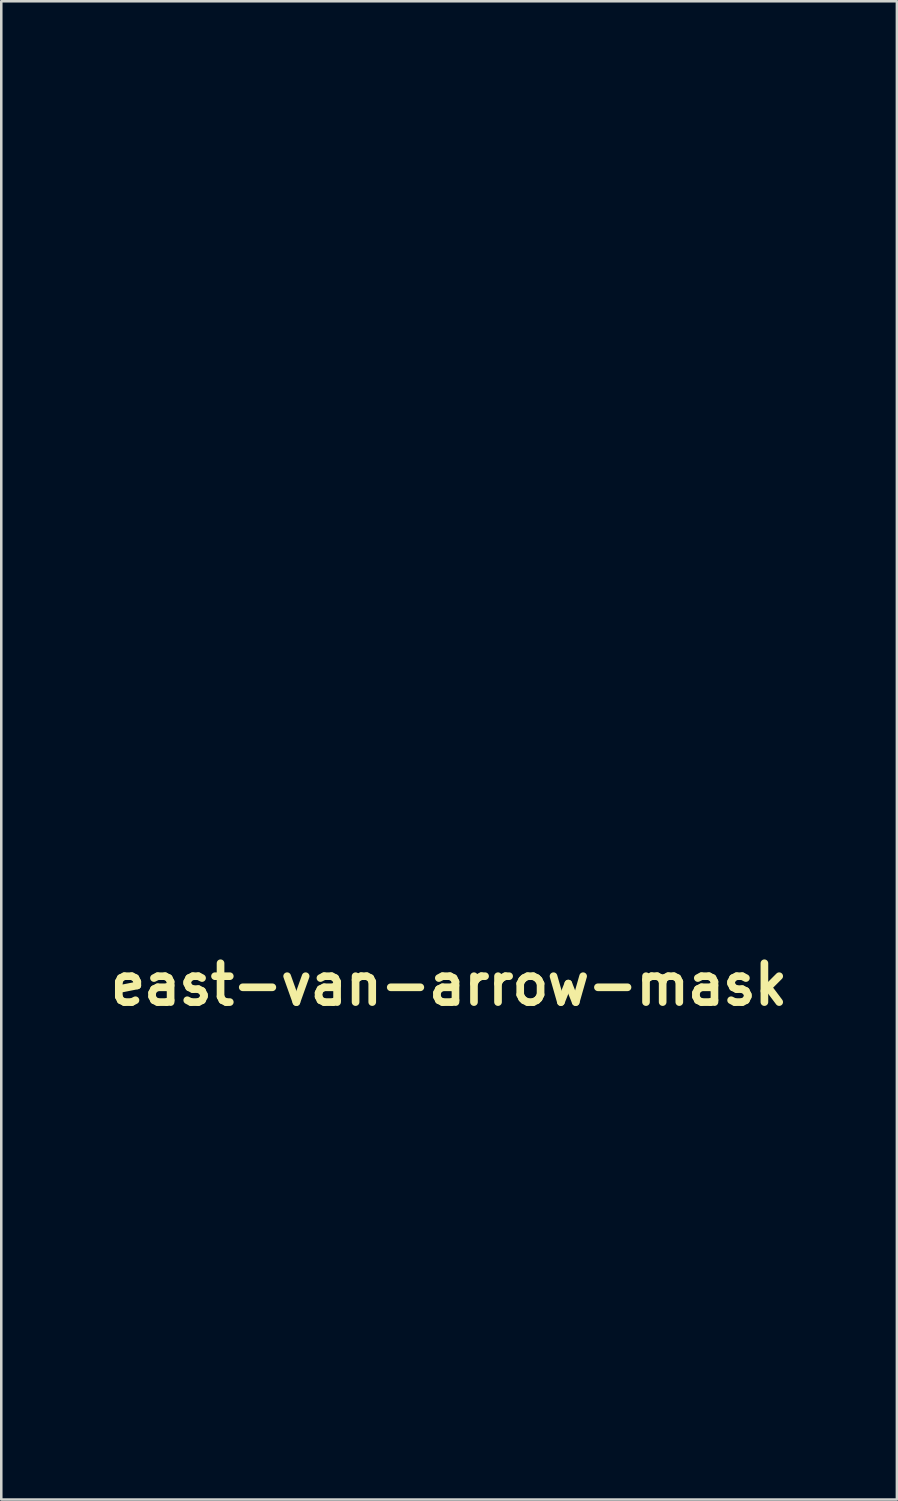
<source format=kicad_pcb>
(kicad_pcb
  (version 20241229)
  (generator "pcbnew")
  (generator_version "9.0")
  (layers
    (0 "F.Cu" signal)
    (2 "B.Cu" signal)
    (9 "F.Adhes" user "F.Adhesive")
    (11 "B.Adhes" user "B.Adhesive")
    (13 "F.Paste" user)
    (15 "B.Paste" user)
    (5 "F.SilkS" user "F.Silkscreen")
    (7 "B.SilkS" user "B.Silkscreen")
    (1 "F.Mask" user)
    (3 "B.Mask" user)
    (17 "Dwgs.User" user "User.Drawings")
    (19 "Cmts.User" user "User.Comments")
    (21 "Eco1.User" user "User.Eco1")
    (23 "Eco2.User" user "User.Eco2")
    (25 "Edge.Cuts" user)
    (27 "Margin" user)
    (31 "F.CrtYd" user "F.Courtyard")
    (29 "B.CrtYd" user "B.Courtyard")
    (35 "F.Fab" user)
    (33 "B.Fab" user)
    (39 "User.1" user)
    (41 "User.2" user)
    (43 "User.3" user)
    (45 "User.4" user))
  (footprint "east-van-arrow-mask"
    (layer "F.Cu")
    (at 14.565 35.574)
    (property "Reference" "east-van-arrow-mask" (at 0 0 0) (layer "F.SilkS") (effects (font (size 1.524 1.524) (thickness 0.3))))
    (attr through_hole)
    (fp_poly (pts (xy 2.122 4.97) (xy 2.108 5.231) (xy 2.095 5.454) (xy 2.083 5.622) (xy 2.073 5.716) (xy 2.07 5.73) (xy 2.034 5.748) (xy 1.956 5.761) (xy 1.823 5.771) (xy 1.625 5.778) (xy 1.35 5.782) (xy 1.009 5.785) (xy 0.697 5.787) (xy 0.471 5.79) (xy 0.315 5.797) (xy 0.215 5.809) (xy 0.156 5.829) (xy 0.125 5.858) (xy 0.106 5.898) (xy 0.105 5.901) (xy 0.096 5.969) (xy 0.084 6.129) (xy 0.07 6.371) (xy 0.054 6.686) (xy 0.036 7.065) (xy 0.016 7.5) (xy -0.004 7.982) (xy -0.024 8.502) (xy -0.044 9.051) (xy -0.048 9.157) (xy -0.068 9.726) (xy -0.088 10.28) (xy -0.108 10.808) (xy -0.127 11.3) (xy -0.144 11.745) (xy -0.16 12.132) (xy -0.173 12.451) (xy -0.184 12.693) (xy -0.192 12.845) (xy -0.192 12.85) (xy -0.225 13.399) (xy -0.886 13.424) (xy -1.182 13.431) (xy -1.395 13.428) (xy -1.519 13.416) (xy -1.551 13.399) (xy -1.552 13.304) (xy -1.549 13.111) (xy -1.543 12.824) (xy -1.532 12.446) (xy -1.517 11.977) (xy -1.499 11.422) (xy -1.477 10.782) (xy -1.451 10.061) (xy -1.422 9.261) (xy -1.39 8.383) (xy -1.354 7.432) (xy -1.347 7.24) (xy -1.334 6.888) (xy -1.324 6.57) (xy -1.318 6.299) (xy -1.314 6.088) (xy -1.314 5.951) (xy -1.318 5.901) (xy -1.372 5.894) (xy -1.511 5.887) (xy -1.718 5.881) (xy -1.979 5.876) (xy -2.278 5.872) (xy -2.324 5.871) (xy -3.309 5.863) (xy -3.298 5.141) (xy -3.292 4.882) (xy -3.284 4.661) (xy -3.275 4.496) (xy -3.266 4.405) (xy -3.262 4.393) (xy -3.204 4.383) (xy -3.048 4.372) (xy -2.798 4.36) (xy -2.455 4.346) (xy -2.023 4.332) (xy -1.504 4.316) (xy -0.9 4.299) (xy -0.214 4.282) (xy 0.551 4.264) (xy 0.568 4.263) (xy 2.159 4.227) (xy 2.122 4.97)) (stroke (width 0.01) (type solid)) (fill yes) (layer "F.Mask"))
    (fp_poly (pts (xy -3.5 -17.586) (xy -3.444 -17.576) (xy -3.444 -17.575) (xy -3.462 -17.509) (xy -3.516 -17.353) (xy -3.605 -17.109) (xy -3.727 -16.778) (xy -3.883 -16.364) (xy -4.07 -15.868) (xy -4.241 -15.42) (xy -4.364 -15.097) (xy -4.514 -14.703) (xy -4.682 -14.261) (xy -4.86 -13.792) (xy -5.04 -13.319) (xy -5.212 -12.865) (xy -5.265 -12.725) (xy -5.426 -12.302) (xy -5.59 -11.87) (xy -5.75 -11.449) (xy -5.9 -11.057) (xy -6.032 -10.712) (xy -6.139 -10.434) (xy -6.179 -10.33) (xy -6.307 -9.999) (xy -6.448 -9.633) (xy -6.587 -9.27) (xy -6.71 -8.952) (xy -6.737 -8.883) (xy -6.832 -8.639) (xy -6.919 -8.427) (xy -6.988 -8.265) (xy -7.034 -8.173) (xy -7.043 -8.159) (xy -7.106 -8.14) (xy -7.251 -8.115) (xy -7.464 -8.088) (xy -7.726 -8.06) (xy -8.012 -8.034) (xy -8.338 -8.008) (xy -8.579 -7.991) (xy -8.747 -7.984) (xy -8.855 -7.986) (xy -8.917 -7.997) (xy -8.947 -8.017) (xy -8.954 -8.034) (xy -8.977 -8.109) (xy -9.024 -8.266) (xy -9.092 -8.492) (xy -9.177 -8.774) (xy -9.275 -9.099) (xy -9.383 -9.453) (xy -9.495 -9.824) (xy -9.609 -10.197) (xy -9.719 -10.56) (xy -9.822 -10.9) (xy -9.907 -11.178) (xy -10.016 -11.537) (xy -10.136 -11.939) (xy -10.256 -12.344) (xy -10.364 -12.711) (xy -10.404 -12.85) (xy -10.525 -13.266) (xy -10.658 -13.721) (xy -10.798 -14.195) (xy -10.939 -14.672) (xy -11.077 -15.133) (xy -11.205 -15.561) (xy -11.319 -15.937) (xy -11.413 -16.244) (xy -11.452 -16.368) (xy -11.515 -16.583) (xy -11.56 -16.763) (xy -11.582 -16.886) (xy -11.579 -16.932) (xy -11.513 -16.955) (xy -11.365 -16.981) (xy -11.154 -17.007) (xy -10.898 -17.032) (xy -10.616 -17.054) (xy -10.327 -17.071) (xy -10.184 -17.077) (xy -9.764 -17.091) (xy -9.173 -15.045) (xy -9.043 -14.592) (xy -8.916 -14.151) (xy -8.796 -13.737) (xy -8.688 -13.361) (xy -8.596 -13.038) (xy -8.522 -12.779) (xy -8.47 -12.598) (xy -8.456 -12.55) (xy -8.312 -12.043) (xy -8.183 -11.6) (xy -8.07 -11.226) (xy -7.977 -10.926) (xy -7.904 -10.706) (xy -7.853 -10.572) (xy -7.827 -10.529) (xy -7.812 -10.533) (xy -7.795 -10.549) (xy -7.774 -10.584) (xy -7.744 -10.645) (xy -7.705 -10.738) (xy -7.652 -10.87) (xy -7.585 -11.049) (xy -7.5 -11.279) (xy -7.395 -11.569) (xy -7.267 -11.925) (xy -7.113 -12.353) (xy -6.932 -12.861) (xy -6.721 -13.455) (xy -6.679 -13.573) (xy -6.431 -14.268) (xy -6.216 -14.874) (xy -6.029 -15.398) (xy -5.868 -15.847) (xy -5.732 -16.225) (xy -5.617 -16.539) (xy -5.522 -16.796) (xy -5.444 -17) (xy -5.381 -17.159) (xy -5.331 -17.277) (xy -5.29 -17.361) (xy -5.257 -17.418) (xy -5.23 -17.452) (xy -5.205 -17.471) (xy -5.181 -17.479) (xy -5.156 -17.483) (xy -5.147 -17.485) (xy -5.003 -17.506) (xy -4.803 -17.526) (xy -4.566 -17.545) (xy -4.311 -17.562) (xy -4.058 -17.576) (xy -3.826 -17.585) (xy -3.633 -17.588) (xy -3.5 -17.586)) (stroke (width 0.01) (type solid)) (fill yes) (layer "F.Mask"))
    (fp_poly (pts (xy -0.067 -7.309) (xy 0.143 -7.301) (xy 0.306 -7.285) (xy 0.45 -7.255) (xy 0.6 -7.208) (xy 0.717 -7.166) (xy 1.119 -6.966) (xy 1.472 -6.684) (xy 1.769 -6.328) (xy 2.003 -5.906) (xy 2.165 -5.436) (xy 2.212 -5.216) (xy 2.249 -4.983) (xy 2.273 -4.759) (xy 2.282 -4.567) (xy 2.274 -4.43) (xy 2.251 -4.37) (xy 2.173 -4.349) (xy 2.023 -4.33) (xy 1.824 -4.314) (xy 1.6 -4.302) (xy 1.374 -4.294) (xy 1.168 -4.292) (xy 1.007 -4.297) (xy 0.913 -4.309) (xy 0.9 -4.316) (xy 0.868 -4.393) (xy 0.836 -4.528) (xy 0.825 -4.591) (xy 0.756 -4.864) (xy 0.645 -5.123) (xy 0.508 -5.338) (xy 0.393 -5.453) (xy 0.127 -5.595) (xy -0.207 -5.671) (xy -0.604 -5.679) (xy -0.613 -5.678) (xy -0.983 -5.619) (xy -1.281 -5.495) (xy -1.504 -5.309) (xy -1.649 -5.063) (xy -1.713 -4.761) (xy -1.716 -4.686) (xy -1.701 -4.481) (xy -1.643 -4.3) (xy -1.533 -4.137) (xy -1.364 -3.985) (xy -1.127 -3.838) (xy -0.814 -3.689) (xy -0.417 -3.531) (xy -0.122 -3.425) (xy 0.324 -3.263) (xy 0.688 -3.115) (xy 0.984 -2.974) (xy 1.226 -2.831) (xy 1.43 -2.678) (xy 1.609 -2.507) (xy 1.65 -2.462) (xy 1.825 -2.25) (xy 1.963 -2.032) (xy 2.083 -1.775) (xy 2.178 -1.522) (xy 2.231 -1.363) (xy 2.269 -1.225) (xy 2.294 -1.086) (xy 2.309 -0.921) (xy 2.316 -0.71) (xy 2.319 -0.428) (xy 2.319 -0.324) (xy 2.316 0.041) (xy 2.302 0.334) (xy 2.271 0.578) (xy 2.219 0.802) (xy 2.14 1.029) (xy 2.028 1.288) (xy 1.959 1.435) (xy 1.755 1.784) (xy 1.493 2.111) (xy 1.193 2.395) (xy 0.876 2.615) (xy 0.684 2.709) (xy 0.257 2.84) (xy -0.221 2.918) (xy -0.714 2.94) (xy -1.189 2.904) (xy -1.378 2.87) (xy -1.844 2.721) (xy -2.254 2.491) (xy -2.606 2.179) (xy -2.899 1.789) (xy -3.133 1.32) (xy -3.307 0.773) (xy -3.336 0.649) (xy -3.409 0.283) (xy -3.457 -0.023) (xy -3.481 -0.26) (xy -3.479 -0.42) (xy -3.45 -0.494) (xy -3.436 -0.499) (xy -3.36 -0.505) (xy -3.208 -0.521) (xy -3.002 -0.545) (xy -2.771 -0.573) (xy -2.539 -0.599) (xy -2.345 -0.618) (xy -2.211 -0.627) (xy -2.154 -0.624) (xy -2.154 -0.624) (xy -2.136 -0.568) (xy -2.107 -0.438) (xy -2.073 -0.26) (xy -2.065 -0.213) (xy -1.953 0.23) (xy -1.784 0.592) (xy -1.558 0.874) (xy -1.274 1.076) (xy -1.031 1.173) (xy -0.645 1.244) (xy -0.279 1.229) (xy 0.057 1.136) (xy 0.351 0.972) (xy 0.593 0.744) (xy 0.771 0.46) (xy 0.875 0.127) (xy 0.898 -0.134) (xy 0.886 -0.374) (xy 0.842 -0.577) (xy 0.757 -0.75) (xy 0.621 -0.904) (xy 0.426 -1.045) (xy 0.161 -1.184) (xy -0.183 -1.329) (xy -0.57 -1.472) (xy -1.052 -1.65) (xy -1.448 -1.815) (xy -1.77 -1.972) (xy -2.031 -2.128) (xy -2.241 -2.29) (xy -2.413 -2.466) (xy -2.493 -2.567) (xy -2.744 -2.952) (xy -2.921 -3.337) (xy -3.033 -3.747) (xy -3.086 -4.207) (xy -3.093 -4.484) (xy -3.075 -4.918) (xy -3.014 -5.296) (xy -2.901 -5.655) (xy -2.761 -5.969) (xy -2.499 -6.39) (xy -2.169 -6.74) (xy -1.778 -7.014) (xy -1.368 -7.195) (xy -1.205 -7.245) (xy -1.048 -7.278) (xy -0.872 -7.298) (xy -0.649 -7.308) (xy -0.354 -7.311) (xy -0.349 -7.311) (xy -0.067 -7.309)) (stroke (width 0.01) (type solid)) (fill yes) (layer "F.Mask"))
    (fp_poly (pts (xy 2.756 -29.134) (xy 2.774 -29.13) (xy 2.783 -29.071) (xy 2.787 -28.931) (xy 2.784 -28.728) (xy 2.776 -28.482) (xy 2.771 -28.376) (xy 2.735 -27.655) (xy 2.602 -27.628) (xy 2.522 -27.617) (xy 2.356 -27.595) (xy 2.115 -27.566) (xy 1.813 -27.531) (xy 1.462 -27.49) (xy 1.076 -27.446) (xy 0.782 -27.413) (xy 0.309 -27.36) (xy -0.074 -27.315) (xy -0.375 -27.276) (xy -0.602 -27.243) (xy -0.765 -27.215) (xy -0.871 -27.189) (xy -0.93 -27.165) (xy -0.947 -27.148) (xy -0.962 -27.076) (xy -0.979 -26.92) (xy -0.995 -26.699) (xy -1.011 -26.429) (xy -1.025 -26.127) (xy -1.025 -26.11) (xy -1.062 -25.15) (xy -0.942 -25.151) (xy -0.861 -25.157) (xy -0.696 -25.173) (xy -0.462 -25.198) (xy -0.174 -25.231) (xy 0.153 -25.268) (xy 0.399 -25.298) (xy 0.763 -25.341) (xy 1.118 -25.382) (xy 1.443 -25.418) (xy 1.72 -25.449) (xy 1.928 -25.471) (xy 2.009 -25.479) (xy 2.395 -25.514) (xy 2.395 -25.27) (xy 2.391 -25.109) (xy 2.382 -24.887) (xy 2.369 -24.641) (xy 2.362 -24.535) (xy 2.345 -24.307) (xy 2.327 -24.16) (xy 2.302 -24.072) (xy 2.265 -24.026) (xy 2.222 -24.003) (xy 2.147 -23.988) (xy 1.985 -23.964) (xy 1.751 -23.933) (xy 1.458 -23.898) (xy 1.12 -23.859) (xy 0.749 -23.818) (xy 0.646 -23.807) (xy 0.267 -23.766) (xy -0.084 -23.728) (xy -0.395 -23.693) (xy -0.651 -23.664) (xy -0.839 -23.641) (xy -0.945 -23.626) (xy -0.957 -23.624) (xy -1.031 -23.601) (xy -1.075 -23.553) (xy -1.1 -23.454) (xy -1.118 -23.288) (xy -1.128 -23.138) (xy -1.141 -22.91) (xy -1.154 -22.628) (xy -1.166 -22.315) (xy -1.176 -22.036) (xy -1.208 -21.093) (xy -0.866 -21.123) (xy -0.682 -21.141) (xy -0.431 -21.167) (xy -0.147 -21.199) (xy 0.14 -21.232) (xy 0.15 -21.233) (xy 0.764 -21.305) (xy 1.283 -21.366) (xy 1.709 -21.415) (xy 2.047 -21.454) (xy 2.3 -21.481) (xy 2.471 -21.499) (xy 2.564 -21.507) (xy 2.578 -21.508) (xy 2.609 -21.497) (xy 2.628 -21.456) (xy 2.637 -21.37) (xy 2.638 -21.224) (xy 2.63 -21.004) (xy 2.62 -20.797) (xy 2.604 -20.538) (xy 2.585 -20.313) (xy 2.565 -20.142) (xy 2.547 -20.045) (xy 2.541 -20.032) (xy 2.476 -20.005) (xy 2.334 -19.973) (xy 2.138 -19.941) (xy 1.96 -19.918) (xy 1.743 -19.893) (xy 1.451 -19.86) (xy 1.11 -19.821) (xy 0.745 -19.779) (xy 0.381 -19.738) (xy 0.324 -19.732) (xy -0.366 -19.653) (xy -0.959 -19.586) (xy -1.456 -19.53) (xy -1.86 -19.485) (xy -2.172 -19.451) (xy -2.394 -19.428) (xy -2.527 -19.415) (xy -2.571 -19.412) (xy -2.604 -19.447) (xy -2.618 -19.558) (xy -2.613 -19.749) (xy -2.606 -19.882) (xy -2.598 -20.1) (xy -2.588 -20.387) (xy -2.576 -20.728) (xy -2.563 -21.109) (xy -2.55 -21.513) (xy -2.544 -21.707) (xy -2.522 -22.444) (xy -2.498 -23.17) (xy -2.475 -23.879) (xy -2.451 -24.563) (xy -2.428 -25.216) (xy -2.405 -25.831) (xy -2.384 -26.402) (xy -2.363 -26.921) (xy -2.344 -27.382) (xy -2.326 -27.779) (xy -2.31 -28.103) (xy -2.297 -28.349) (xy -2.285 -28.51) (xy -2.277 -28.578) (xy -2.276 -28.58) (xy -2.224 -28.59) (xy -2.088 -28.609) (xy -1.881 -28.635) (xy -1.62 -28.667) (xy -1.317 -28.703) (xy -1.193 -28.717) (xy -0.449 -28.802) (xy 0.201 -28.876) (xy 0.763 -28.939) (xy 1.242 -28.992) (xy 1.645 -29.036) (xy 1.976 -29.071) (xy 2.242 -29.098) (xy 2.447 -29.117) (xy 2.597 -29.129) (xy 2.698 -29.135) (xy 2.756 -29.134)) (stroke (width 0.01) (type solid)) (fill yes) (layer "F.Mask"))
    (fp_poly (pts (xy 11.322 -18.983) (xy 11.332 -18.979) (xy 11.338 -18.941) (xy 11.342 -18.839) (xy 11.343 -18.672) (xy 11.342 -18.437) (xy 11.338 -18.131) (xy 11.331 -17.751) (xy 11.321 -17.295) (xy 11.309 -16.759) (xy 11.294 -16.142) (xy 11.275 -15.44) (xy 11.254 -14.651) (xy 11.229 -13.772) (xy 11.202 -12.801) (xy 11.171 -11.735) (xy 11.148 -10.939) (xy 11.137 -10.61) (xy 11.124 -10.314) (xy 11.112 -10.068) (xy 11.099 -9.885) (xy 11.088 -9.779) (xy 11.082 -9.758) (xy 11.023 -9.747) (xy 10.885 -9.729) (xy 10.687 -9.708) (xy 10.45 -9.686) (xy 10.428 -9.684) (xy 10.173 -9.661) (xy 9.941 -9.639) (xy 9.756 -9.621) (xy 9.646 -9.609) (xy 9.487 -9.588) (xy 8.679 -10.994) (xy 8.34 -11.585) (xy 8.046 -12.097) (xy 7.793 -12.539) (xy 7.576 -12.918) (xy 7.39 -13.243) (xy 7.232 -13.522) (xy 7.096 -13.762) (xy 6.978 -13.972) (xy 6.873 -14.161) (xy 6.839 -14.222) (xy 6.659 -14.548) (xy 6.519 -14.796) (xy 6.415 -14.978) (xy 6.34 -15.103) (xy 6.288 -15.182) (xy 6.253 -15.225) (xy 6.252 -15.226) (xy 6.231 -15.235) (xy 6.213 -15.216) (xy 6.196 -15.16) (xy 6.182 -15.061) (xy 6.168 -14.913) (xy 6.156 -14.709) (xy 6.144 -14.442) (xy 6.133 -14.105) (xy 6.121 -13.692) (xy 6.109 -13.197) (xy 6.095 -12.612) (xy 6.088 -12.251) (xy 6.077 -11.757) (xy 6.065 -11.285) (xy 6.054 -10.847) (xy 6.043 -10.454) (xy 6.033 -10.116) (xy 6.023 -9.845) (xy 6.015 -9.651) (xy 6.009 -9.546) (xy 6.008 -9.544) (xy 5.988 -9.391) (xy 5.959 -9.312) (xy 5.905 -9.283) (xy 5.847 -9.278) (xy 5.747 -9.272) (xy 5.571 -9.258) (xy 5.346 -9.237) (xy 5.099 -9.213) (xy 4.863 -9.193) (xy 4.664 -9.181) (xy 4.524 -9.181) (xy 4.461 -9.19) (xy 4.46 -9.192) (xy 4.455 -9.264) (xy 4.457 -9.269) (xy 4.464 -9.327) (xy 4.473 -9.472) (xy 4.482 -9.689) (xy 4.492 -9.966) (xy 4.502 -10.29) (xy 4.511 -10.647) (xy 4.511 -10.654) (xy 4.521 -11.052) (xy 4.533 -11.523) (xy 4.546 -12.042) (xy 4.56 -12.583) (xy 4.574 -13.12) (xy 4.587 -13.625) (xy 4.591 -13.773) (xy 4.604 -14.266) (xy 4.618 -14.8) (xy 4.632 -15.348) (xy 4.645 -15.883) (xy 4.657 -16.38) (xy 4.668 -16.811) (xy 4.67 -16.923) (xy 4.68 -17.285) (xy 4.69 -17.616) (xy 4.702 -17.902) (xy 4.714 -18.129) (xy 4.725 -18.285) (xy 4.735 -18.355) (xy 4.736 -18.356) (xy 4.806 -18.392) (xy 4.965 -18.43) (xy 5.206 -18.467) (xy 5.517 -18.504) (xy 5.89 -18.538) (xy 5.913 -18.539) (xy 6.313 -18.571) (xy 6.54 -18.155) (xy 6.632 -17.988) (xy 6.767 -17.745) (xy 6.938 -17.438) (xy 7.138 -17.079) (xy 7.362 -16.679) (xy 7.603 -16.249) (xy 7.854 -15.802) (xy 8.109 -15.348) (xy 8.361 -14.899) (xy 8.604 -14.467) (xy 8.832 -14.063) (xy 9.037 -13.698) (xy 9.215 -13.385) (xy 9.245 -13.33) (xy 9.404 -13.059) (xy 9.521 -12.878) (xy 9.598 -12.787) (xy 9.633 -12.781) (xy 9.644 -12.848) (xy 9.656 -13) (xy 9.669 -13.225) (xy 9.681 -13.507) (xy 9.692 -13.834) (xy 9.702 -14.172) (xy 9.711 -14.57) (xy 9.722 -14.974) (xy 9.732 -15.363) (xy 9.742 -15.713) (xy 9.751 -16.001) (xy 9.756 -16.143) (xy 9.765 -16.406) (xy 9.776 -16.739) (xy 9.788 -17.112) (xy 9.8 -17.495) (xy 9.81 -17.826) (xy 9.822 -18.177) (xy 9.833 -18.44) (xy 9.845 -18.629) (xy 9.86 -18.756) (xy 9.878 -18.832) (xy 9.902 -18.872) (xy 9.923 -18.884) (xy 10.03 -18.905) (xy 10.201 -18.926) (xy 10.413 -18.947) (xy 10.646 -18.965) (xy 10.875 -18.979) (xy 11.079 -18.988) (xy 11.236 -18.989) (xy 11.322 -18.983)) (stroke (width 0.01) (type solid)) (fill yes) (layer "F.Mask"))
    (fp_poly (pts (xy 0.473 -17.957) (xy 0.495 -17.903) (xy 0.544 -17.759) (xy 0.618 -17.533) (xy 0.715 -17.23) (xy 0.833 -16.857) (xy 0.97 -16.42) (xy 1.124 -15.926) (xy 1.293 -15.38) (xy 1.476 -14.79) (xy 1.589 -14.422) (xy 1.729 -13.968) (xy 1.89 -13.446) (xy 2.065 -12.882) (xy 2.245 -12.301) (xy 2.423 -11.73) (xy 2.59 -11.195) (xy 2.67 -10.937) (xy 2.798 -10.526) (xy 2.915 -10.144) (xy 3.018 -9.804) (xy 3.104 -9.514) (xy 3.169 -9.285) (xy 3.212 -9.128) (xy 3.228 -9.054) (xy 3.227 -9.049) (xy 3.166 -9.031) (xy 3.026 -9.01) (xy 2.827 -8.988) (xy 2.59 -8.965) (xy 2.336 -8.944) (xy 2.083 -8.926) (xy 1.853 -8.912) (xy 1.665 -8.905) (xy 1.539 -8.906) (xy 1.497 -8.913) (xy 1.47 -8.973) (xy 1.42 -9.113) (xy 1.353 -9.317) (xy 1.272 -9.571) (xy 1.184 -9.857) (xy 1.179 -9.876) (xy 1.09 -10.164) (xy 1.009 -10.42) (xy 0.94 -10.629) (xy 0.888 -10.773) (xy 0.858 -10.838) (xy 0.857 -10.84) (xy 0.798 -10.846) (xy 0.654 -10.844) (xy 0.439 -10.834) (xy 0.167 -10.817) (xy -0.147 -10.795) (xy -0.489 -10.769) (xy -0.846 -10.739) (xy -1.202 -10.708) (xy -1.544 -10.676) (xy -1.858 -10.644) (xy -2.128 -10.615) (xy -2.342 -10.588) (xy -2.484 -10.566) (xy -2.541 -10.55) (xy -2.571 -10.491) (xy -2.63 -10.354) (xy -2.713 -10.152) (xy -2.814 -9.9) (xy -2.927 -9.612) (xy -2.968 -9.506) (xy -3.083 -9.21) (xy -3.188 -8.945) (xy -3.276 -8.727) (xy -3.342 -8.568) (xy -3.38 -8.483) (xy -3.386 -8.474) (xy -3.453 -8.453) (xy -3.619 -8.427) (xy -3.884 -8.396) (xy -4.248 -8.36) (xy -4.711 -8.318) (xy -4.771 -8.313) (xy -4.936 -8.303) (xy -5.056 -8.304) (xy -5.102 -8.313) (xy -5.108 -8.322) (xy -5.108 -8.339) (xy -5.101 -8.373) (xy -5.083 -8.429) (xy -5.052 -8.515) (xy -5.006 -8.639) (xy -4.94 -8.806) (xy -4.854 -9.025) (xy -4.743 -9.302) (xy -4.605 -9.645) (xy -4.437 -10.059) (xy -4.237 -10.554) (xy -4.045 -11.028) (xy -3.841 -11.535) (xy -3.613 -12.097) (xy -3.547 -12.262) (xy -1.884 -12.262) (xy -1.836 -12.236) (xy -1.717 -12.226) (xy -1.649 -12.226) (xy -1.511 -12.231) (xy -1.298 -12.243) (xy -1.031 -12.263) (xy -0.735 -12.287) (xy -0.533 -12.305) (xy -0.25 -12.334) (xy -0.001 -12.362) (xy 0.196 -12.389) (xy 0.325 -12.412) (xy 0.366 -12.425) (xy 0.361 -12.478) (xy 0.333 -12.614) (xy 0.284 -12.818) (xy 0.219 -13.076) (xy 0.141 -13.375) (xy 0.054 -13.701) (xy -0.038 -14.041) (xy -0.131 -14.379) (xy -0.221 -14.703) (xy -0.306 -14.999) (xy -0.38 -15.253) (xy -0.441 -15.451) (xy -0.485 -15.579) (xy -0.5 -15.615) (xy -0.537 -15.642) (xy -0.587 -15.587) (xy -0.616 -15.534) (xy -0.651 -15.456) (xy -0.716 -15.298) (xy -0.807 -15.075) (xy -0.916 -14.801) (xy -1.04 -14.49) (xy -1.173 -14.155) (xy -1.308 -13.811) (xy -1.441 -13.472) (xy -1.566 -13.151) (xy -1.678 -12.862) (xy -1.771 -12.62) (xy -1.84 -12.438) (xy -1.878 -12.33) (xy -1.884 -12.313) (xy -1.884 -12.262) (xy -3.547 -12.262) (xy -3.374 -12.689) (xy -3.134 -13.285) (xy -2.903 -13.856) (xy -2.693 -14.378) (xy -2.585 -14.646) (xy -2.336 -15.264) (xy -2.121 -15.796) (xy -1.938 -16.248) (xy -1.783 -16.627) (xy -1.654 -16.939) (xy -1.549 -17.191) (xy -1.463 -17.389) (xy -1.394 -17.541) (xy -1.34 -17.651) (xy -1.298 -17.728) (xy -1.265 -17.777) (xy -1.238 -17.805) (xy -1.215 -17.817) (xy -1.137 -17.832) (xy -0.986 -17.851) (xy -0.781 -17.873) (xy -0.542 -17.895) (xy -0.29 -17.916) (xy -0.044 -17.935) (xy 0.174 -17.95) (xy 0.346 -17.959) (xy 0.451 -17.961) (xy 0.473 -17.957)) (stroke (width 0.01) (type solid)) (fill yes) (layer "F.Mask"))
    (fp_poly (pts (xy 0.572 -35.565) (xy 1.114 -35.502) (xy 1.623 -35.374) (xy 2.115 -35.173) (xy 2.604 -34.894) (xy 3.104 -34.529) (xy 3.311 -34.357) (xy 3.389 -34.278) (xy 3.522 -34.129) (xy 3.701 -33.92) (xy 3.92 -33.659) (xy 4.171 -33.355) (xy 4.447 -33.018) (xy 4.741 -32.656) (xy 5.044 -32.279) (xy 5.351 -31.895) (xy 5.653 -31.513) (xy 5.944 -31.143) (xy 6.138 -30.893) (xy 6.224 -30.782) (xy 6.362 -30.606) (xy 6.543 -30.374) (xy 6.758 -30.1) (xy 6.997 -29.796) (xy 7.251 -29.472) (xy 7.397 -29.286) (xy 7.813 -28.757) (xy 8.247 -28.204) (xy 8.694 -27.633) (xy 9.151 -27.049) (xy 9.614 -26.458) (xy 10.077 -25.866) (xy 10.537 -25.276) (xy 10.99 -24.697) (xy 11.431 -24.131) (xy 11.855 -23.586) (xy 12.26 -23.066) (xy 12.64 -22.577) (xy 12.991 -22.125) (xy 13.309 -21.715) (xy 13.59 -21.352) (xy 13.829 -21.042) (xy 14.023 -20.79) (xy 14.166 -20.602) (xy 14.255 -20.484) (xy 14.283 -20.445) (xy 14.352 -20.333) (xy 14.41 -20.222) (xy 14.458 -20.103) (xy 14.495 -19.967) (xy 14.524 -19.804) (xy 14.544 -19.603) (xy 14.558 -19.356) (xy 14.565 -19.052) (xy 14.566 -18.682) (xy 14.564 -18.236) (xy 14.557 -17.704) (xy 14.553 -17.441) (xy 14.547 -16.977) (xy 14.54 -16.432) (xy 14.532 -15.823) (xy 14.525 -15.168) (xy 14.517 -14.487) (xy 14.51 -13.796) (xy 14.503 -13.114) (xy 14.497 -12.459) (xy 14.494 -12.151) (xy 14.489 -11.587) (xy 14.482 -11.042) (xy 14.474 -10.526) (xy 14.465 -10.05) (xy 14.456 -9.623) (xy 14.447 -9.255) (xy 14.437 -8.956) (xy 14.428 -8.737) (xy 14.419 -8.606) (xy 14.418 -8.599) (xy 14.313 -8.092) (xy 14.131 -7.625) (xy 13.877 -7.209) (xy 13.56 -6.854) (xy 13.188 -6.568) (xy 12.768 -6.362) (xy 12.625 -6.315) (xy 12.551 -6.294) (xy 12.475 -6.276) (xy 12.386 -6.261) (xy 12.277 -6.247) (xy 12.138 -6.234) (xy 11.961 -6.222) (xy 11.735 -6.21) (xy 11.452 -6.197) (xy 11.103 -6.183) (xy 10.679 -6.168) (xy 10.17 -6.15) (xy 9.756 -6.136) (xy 9.174 -6.115) (xy 8.682 -6.095) (xy 8.272 -6.075) (xy 7.933 -6.054) (xy 7.657 -6.031) (xy 7.435 -6.005) (xy 7.256 -5.976) (xy 7.113 -5.941) (xy 6.995 -5.902) (xy 6.91 -5.865) (xy 6.58 -5.652) (xy 6.323 -5.372) (xy 6.141 -5.026) (xy 6.048 -4.691) (xy 6.039 -4.593) (xy 6.03 -4.398) (xy 6.021 -4.109) (xy 6.012 -3.73) (xy 6.004 -3.263) (xy 5.997 -2.711) (xy 5.989 -2.078) (xy 5.982 -1.366) (xy 5.976 -0.579) (xy 5.97 0.281) (xy 5.967 0.873) (xy 5.958 2.396) (xy 5.95 3.82) (xy 5.942 5.146) (xy 5.935 6.373) (xy 5.927 7.503) (xy 5.92 8.536) (xy 5.913 9.472) (xy 5.906 10.313) (xy 5.9 11.059) (xy 5.893 11.711) (xy 5.887 12.269) (xy 5.881 12.733) (xy 5.876 13.104) (xy 5.87 13.384) (xy 5.865 13.572) (xy 5.863 13.615) (xy 5.83 14.027) (xy 5.768 14.385) (xy 5.666 14.727) (xy 5.514 15.094) (xy 5.455 15.22) (xy 5.187 15.678) (xy 4.858 16.06) (xy 4.46 16.374) (xy 4.133 16.559) (xy 4.011 16.619) (xy 3.904 16.672) (xy 3.804 16.719) (xy 3.705 16.76) (xy 3.598 16.795) (xy 3.478 16.826) (xy 3.338 16.853) (xy 3.169 16.878) (xy 2.966 16.9) (xy 2.721 16.92) (xy 2.428 16.94) (xy 2.079 16.96) (xy 1.667 16.98) (xy 1.186 17.001) (xy 0.628 17.025) (xy -0.013 17.051) (xy -0.745 17.081) (xy -0.998 17.092) (xy -1.588 17.115) (xy -2.166 17.136) (xy -2.722 17.154) (xy -3.248 17.169) (xy -3.734 17.182) (xy -4.171 17.191) (xy -4.551 17.196) (xy -4.863 17.198) (xy -5.098 17.196) (xy -5.248 17.19) (xy -5.29 17.185) (xy -5.401 17.158) (xy -5.57 17.109) (xy -5.739 17.057) (xy -6.217 16.857) (xy -6.628 16.582) (xy -6.972 16.237) (xy -7.244 15.823) (xy -7.444 15.343) (xy -7.561 14.846) (xy -7.572 14.764) (xy -7.581 14.663) (xy -7.588 14.54) (xy -7.592 14.39) (xy -7.594 14.207) (xy -7.594 13.988) (xy -7.59 13.727) (xy -7.584 13.42) (xy -7.574 13.063) (xy -7.562 12.65) (xy -7.546 12.177) (xy -7.526 11.639) (xy -7.503 11.033) (xy -7.476 10.352) (xy -7.446 9.593) (xy -7.411 8.75) (xy -7.372 7.82) (xy -7.329 6.797) (xy -7.303 6.188) (xy -7.285 5.762) (xy -7.269 5.365) (xy -7.254 5.008) (xy -7.242 4.703) (xy -7.233 4.462) (xy -7.227 4.297) (xy -7.225 4.219) (xy -7.225 4.217) (xy -7.223 4.133) (xy -7.219 3.959) (xy -7.211 3.705) (xy -7.2 3.381) (xy -7.187 2.996) (xy -7.173 2.56) (xy -7.156 2.083) (xy -7.138 1.575) (xy -7.119 1.045) (xy -7.1 0.504) (xy -7.08 -0.039) (xy -7.061 -0.574) (xy -7.042 -1.092) (xy -7.024 -1.582) (xy -7.006 -2.035) (xy -6.991 -2.441) (xy -6.977 -2.79) (xy -6.966 -3.072) (xy -6.957 -3.279) (xy -6.955 -3.308) (xy -6.944 -3.571) (xy -6.94 -3.756) (xy -6.946 -3.884) (xy -6.965 -3.975) (xy -6.998 -4.052) (xy -7.05 -4.134) (xy -7.052 -4.137) (xy -7.177 -4.287) (xy -7.328 -4.419) (xy -7.363 -4.443) (xy -7.427 -4.48) (xy -7.49 -4.508) (xy -7.566 -4.527) (xy -7.671 -4.538) (xy -7.82 -4.542) (xy -8.026 -4.54) (xy -8.305 -4.533) (xy -8.601 -4.524) (xy -9.297 -4.503) (xy -9.901 -4.485) (xy -10.42 -4.471) (xy -10.862 -4.46) (xy -11.233 -4.453) (xy -11.542 -4.449) (xy -11.797 -4.448) (xy -12.003 -4.451) (xy -12.17 -4.457) (xy -12.304 -4.466) (xy -12.413 -4.478) (xy -12.504 -4.494) (xy -12.575 -4.51) (xy -13.065 -4.681) (xy -13.489 -4.926) (xy -13.847 -5.245) (xy -14.138 -5.639) (xy -14.235 -5.817) (xy -14.363 -6.092) (xy -14.455 -6.349) (xy -14.516 -6.611) (xy -14.55 -6.901) (xy -14.56 -7.243) (xy -14.559 -7.303) (xy -12.896 -7.303) (xy -12.896 -7.161) (xy -12.855 -6.839) (xy -12.737 -6.581) (xy -12.539 -6.38) (xy -12.259 -6.235) (xy -12.183 -6.209) (xy -12.101 -6.186) (xy -12.016 -6.167) (xy -11.917 -6.154) (xy -11.792 -6.146) (xy -11.628 -6.143) (xy -11.415 -6.145) (xy -11.14 -6.152) (xy -10.792 -6.163) (xy -10.359 -6.178) (xy -10.231 -6.183) (xy -9.597 -6.206) (xy -9.054 -6.223) (xy -8.592 -6.235) (xy -8.203 -6.241) (xy -7.878 -6.239) (xy -7.607 -6.231) (xy -7.381 -6.215) (xy -7.192 -6.191) (xy -7.031 -6.157) (xy -6.887 -6.115) (xy -6.753 -6.062) (xy -6.62 -5.999) (xy -6.562 -5.97) (xy -6.174 -5.715) (xy -5.847 -5.384) (xy -5.586 -4.985) (xy -5.397 -4.528) (xy -5.359 -4.391) (xy -5.341 -4.319) (xy -5.327 -4.245) (xy -5.315 -4.162) (xy -5.306 -4.062) (xy -5.3 -3.939) (xy -5.297 -3.786) (xy -5.297 -3.595) (xy -5.3 -3.358) (xy -5.307 -3.07) (xy -5.317 -2.723) (xy -5.331 -2.309) (xy -5.348 -1.822) (xy -5.369 -1.254) (xy -5.394 -0.599) (xy -5.413 -0.1) (xy -5.427 0.274) (xy -5.445 0.734) (xy -5.465 1.269) (xy -5.487 1.865) (xy -5.511 2.508) (xy -5.536 3.188) (xy -5.561 3.89) (xy -5.587 4.601) (xy -5.613 5.31) (xy -5.638 5.988) (xy -5.662 6.66) (xy -5.687 7.333) (xy -5.711 7.995) (xy -5.735 8.635) (xy -5.758 9.243) (xy -5.779 9.808) (xy -5.799 10.318) (xy -5.816 10.763) (xy -5.831 11.133) (xy -5.842 11.415) (xy -5.844 11.452) (xy -5.861 11.879) (xy -5.876 12.337) (xy -5.889 12.797) (xy -5.899 13.23) (xy -5.906 13.607) (xy -5.907 13.776) (xy -5.913 14.752) (xy -5.776 14.96) (xy -5.638 15.137) (xy -5.477 15.268) (xy -5.264 15.375) (xy -5.121 15.428) (xy -5.052 15.451) (xy -4.985 15.471) (xy -4.913 15.487) (xy -4.826 15.498) (xy -4.717 15.506) (xy -4.577 15.51) (xy -4.397 15.51) (xy -4.169 15.506) (xy -3.885 15.498) (xy -3.537 15.485) (xy -3.115 15.469) (xy -2.611 15.449) (xy -2.018 15.424) (xy -1.921 15.42) (xy -1.111 15.387) (xy -0.394 15.357) (xy 0.235 15.331) (xy 0.782 15.308) (xy 1.254 15.288) (xy 1.656 15.27) (xy 1.994 15.254) (xy 2.274 15.24) (xy 2.503 15.228) (xy 2.686 15.217) (xy 2.83 15.206) (xy 2.939 15.196) (xy 3.021 15.186) (xy 3.081 15.175) (xy 3.126 15.164) (xy 3.161 15.151) (xy 3.192 15.138) (xy 3.225 15.122) (xy 3.23 15.12) (xy 3.551 14.931) (xy 3.805 14.674) (xy 3.995 14.344) (xy 4.126 13.937) (xy 4.129 13.923) (xy 4.14 13.825) (xy 4.149 13.635) (xy 4.158 13.361) (xy 4.166 13.011) (xy 4.173 12.593) (xy 4.179 12.114) (xy 4.183 11.581) (xy 4.186 11.004) (xy 4.186 10.953) (xy 4.187 10.411) (xy 4.19 9.875) (xy 4.193 9.359) (xy 4.197 8.876) (xy 4.201 8.438) (xy 4.205 8.057) (xy 4.21 7.746) (xy 4.214 7.518) (xy 4.216 7.46) (xy 4.22 7.279) (xy 4.226 7.009) (xy 4.231 6.66) (xy 4.237 6.244) (xy 4.243 5.771) (xy 4.248 5.253) (xy 4.254 4.699) (xy 4.26 4.121) (xy 4.265 3.53) (xy 4.266 3.368) (xy 4.276 2.198) (xy 4.285 1.125) (xy 4.294 0.147) (xy 4.302 -0.737) (xy 4.311 -1.529) (xy 4.319 -2.232) (xy 4.326 -2.848) (xy 4.334 -3.378) (xy 4.342 -3.826) (xy 4.349 -4.193) (xy 4.356 -4.48) (xy 4.363 -4.691) (xy 4.37 -4.827) (xy 4.373 -4.862) (xy 4.469 -5.344) (xy 4.651 -5.824) (xy 4.908 -6.28) (xy 5.231 -6.691) (xy 5.4 -6.861) (xy 5.783 -7.166) (xy 6.201 -7.399) (xy 6.668 -7.565) (xy 7.194 -7.669) (xy 7.76 -7.714) (xy 7.967 -7.722) (xy 8.256 -7.733) (xy 8.611 -7.747) (xy 9.014 -7.763) (xy 9.449 -7.781) (xy 9.897 -7.8) (xy 10.205 -7.814) (xy 10.683 -7.835) (xy 11.073 -7.853) (xy 11.384 -7.87) (xy 11.627 -7.886) (xy 11.813 -7.902) (xy 11.954 -7.919) (xy 12.059 -7.939) (xy 12.139 -7.962) (xy 12.205 -7.988) (xy 12.214 -7.992) (xy 12.427 -8.149) (xy 12.593 -8.39) (xy 12.71 -8.714) (xy 12.721 -8.758) (xy 12.734 -8.863) (xy 12.747 -9.057) (xy 12.759 -9.333) (xy 12.772 -9.682) (xy 12.784 -10.095) (xy 12.795 -10.566) (xy 12.806 -11.085) (xy 12.816 -11.645) (xy 12.826 -12.237) (xy 12.834 -12.853) (xy 12.842 -13.485) (xy 12.849 -14.125) (xy 12.855 -14.764) (xy 12.86 -15.395) (xy 12.863 -16.009) (xy 12.865 -16.597) (xy 12.866 -17.153) (xy 12.866 -17.668) (xy 12.864 -18.133) (xy 12.86 -18.54) (xy 12.855 -18.881) (xy 12.847 -19.149) (xy 12.838 -19.334) (xy 12.828 -19.428) (xy 12.826 -19.434) (xy 12.771 -19.534) (xy 12.67 -19.683) (xy 12.541 -19.857) (xy 12.485 -19.928) (xy 12.41 -20.022) (xy 12.28 -20.188) (xy 12.099 -20.42) (xy 11.872 -20.712) (xy 11.604 -21.056) (xy 11.301 -21.447) (xy 10.968 -21.878) (xy 10.609 -22.342) (xy 10.229 -22.833) (xy 9.834 -23.344) (xy 9.576 -23.678) (xy 9.175 -24.197) (xy 8.788 -24.698) (xy 8.419 -25.176) (xy 8.073 -25.624) (xy 7.755 -26.036) (xy 7.47 -26.404) (xy 7.223 -26.724) (xy 7.019 -26.988) (xy 6.862 -27.19) (xy 6.759 -27.323) (xy 6.721 -27.371) (xy 6.651 -27.462) (xy 6.525 -27.626) (xy 6.35 -27.853) (xy 6.132 -28.137) (xy 5.877 -28.47) (xy 5.59 -28.844) (xy 5.277 -29.252) (xy 4.944 -29.687) (xy 4.597 -30.14) (xy 4.483 -30.29) (xy 4.13 -30.75) (xy 3.786 -31.194) (xy 3.458 -31.616) (xy 3.152 -32.006) (xy 2.874 -32.357) (xy 2.629 -32.662) (xy 2.425 -32.913) (xy 2.267 -33.102) (xy 2.161 -33.222) (xy 2.141 -33.243) (xy 1.748 -33.57) (xy 1.33 -33.806) (xy 0.896 -33.948) (xy 0.451 -33.995) (xy 0.003 -33.947) (xy -0.442 -33.8) (xy -0.528 -33.76) (xy -0.682 -33.681) (xy -0.823 -33.596) (xy -0.959 -33.499) (xy -1.095 -33.382) (xy -1.238 -33.238) (xy -1.394 -33.059) (xy -1.569 -32.838) (xy -1.769 -32.566) (xy -2.002 -32.238) (xy -2.273 -31.845) (xy -2.588 -31.38) (xy -2.784 -31.089) (xy -3.079 -30.65) (xy -3.35 -30.247) (xy -3.602 -29.873) (xy -3.839 -29.521) (xy -4.066 -29.184) (xy -4.287 -28.857) (xy -4.507 -28.532) (xy -4.73 -28.204) (xy -4.961 -27.864) (xy -5.204 -27.507) (xy -5.464 -27.127) (xy -5.745 -26.716) (xy -6.052 -26.268) (xy -6.389 -25.776) (xy -6.76 -25.234) (xy -7.171 -24.635) (xy -7.626 -23.973) (xy -8.129 -23.24) (xy -8.599 -22.556) (xy -9.033 -21.924) (xy -9.455 -21.311) (xy -9.859 -20.724) (xy -10.244 -20.166) (xy -10.604 -19.645) (xy -10.936 -19.164) (xy -11.237 -18.73) (xy -11.502 -18.347) (xy -11.728 -18.023) (xy -11.911 -17.761) (xy -12.047 -17.568) (xy -12.133 -17.448) (xy -12.157 -17.416) (xy -12.373 -17.119) (xy -12.521 -16.852) (xy -12.617 -16.588) (xy -12.671 -16.297) (xy -12.674 -16.279) (xy -12.685 -16.141) (xy -12.697 -15.916) (xy -12.709 -15.62) (xy -12.72 -15.266) (xy -12.731 -14.869) (xy -12.741 -14.441) (xy -12.749 -13.997) (xy -12.757 -13.562) (xy -12.764 -13.15) (xy -12.772 -12.774) (xy -12.78 -12.446) (xy -12.788 -12.18) (xy -12.794 -11.987) (xy -12.8 -11.88) (xy -12.8 -11.877) (xy -12.805 -11.782) (xy -12.811 -11.601) (xy -12.819 -11.345) (xy -12.827 -11.028) (xy -12.836 -10.663) (xy -12.845 -10.262) (xy -12.854 -9.838) (xy -12.863 -9.403) (xy -12.871 -8.972) (xy -12.879 -8.556) (xy -12.885 -8.168) (xy -12.891 -7.822) (xy -12.895 -7.529) (xy -12.896 -7.303) (xy -14.559 -7.303) (xy -14.552 -7.658) (xy -14.545 -7.858) (xy -14.538 -8.067) (xy -14.531 -8.291) (xy -14.524 -8.538) (xy -14.516 -8.817) (xy -14.508 -9.135) (xy -14.499 -9.499) (xy -14.489 -9.918) (xy -14.478 -10.398) (xy -14.466 -10.948) (xy -14.452 -11.576) (xy -14.437 -12.289) (xy -14.422 -12.999) (xy -14.407 -13.707) (xy -14.393 -14.323) (xy -14.38 -14.853) (xy -14.368 -15.305) (xy -14.357 -15.686) (xy -14.346 -16.004) (xy -14.335 -16.265) (xy -14.323 -16.477) (xy -14.311 -16.647) (xy -14.297 -16.783) (xy -14.283 -16.891) (xy -14.266 -16.978) (xy -14.248 -17.053) (xy -14.242 -17.071) (xy -14.153 -17.315) (xy -14.021 -17.6) (xy -13.865 -17.89) (xy -13.706 -18.147) (xy -13.602 -18.289) (xy -13.554 -18.354) (xy -13.454 -18.496) (xy -13.306 -18.707) (xy -13.116 -18.981) (xy -12.888 -19.311) (xy -12.625 -19.691) (xy -12.332 -20.115) (xy -12.015 -20.576) (xy -11.677 -21.068) (xy -11.322 -21.584) (xy -10.956 -22.117) (xy -10.582 -22.662) (xy -10.206 -23.211) (xy -9.831 -23.758) (xy -9.462 -24.297) (xy -9.103 -24.822) (xy -8.759 -25.325) (xy -8.435 -25.8) (xy -8.134 -26.241) (xy -7.862 -26.642) (xy -7.622 -26.995) (xy -7.419 -27.295) (xy -7.409 -27.309) (xy -6.978 -27.948) (xy -6.561 -28.565) (xy -6.143 -29.18) (xy -5.713 -29.812) (xy -5.258 -30.479) (xy -4.765 -31.201) (xy -4.525 -31.551) (xy -4.27 -31.925) (xy -4.02 -32.292) (xy -3.785 -32.638) (xy -3.573 -32.952) (xy -3.392 -33.221) (xy -3.252 -33.432) (xy -3.16 -33.572) (xy -2.776 -34.085) (xy -2.33 -34.531) (xy -1.833 -34.904) (xy -1.295 -35.2) (xy -0.725 -35.413) (xy -0.133 -35.538) (xy 0.469 -35.569) (xy 0.572 -35.565)) (stroke (width 0.01) (type solid)) (fill yes) (layer "F.Mask")))
  (gr_rect
    (start -3 -3)
    (end 32.137 55.778)
    (stroke (width 0.1) (type default))
    (fill no)
    (layer "Edge.Cuts")))
</source>
